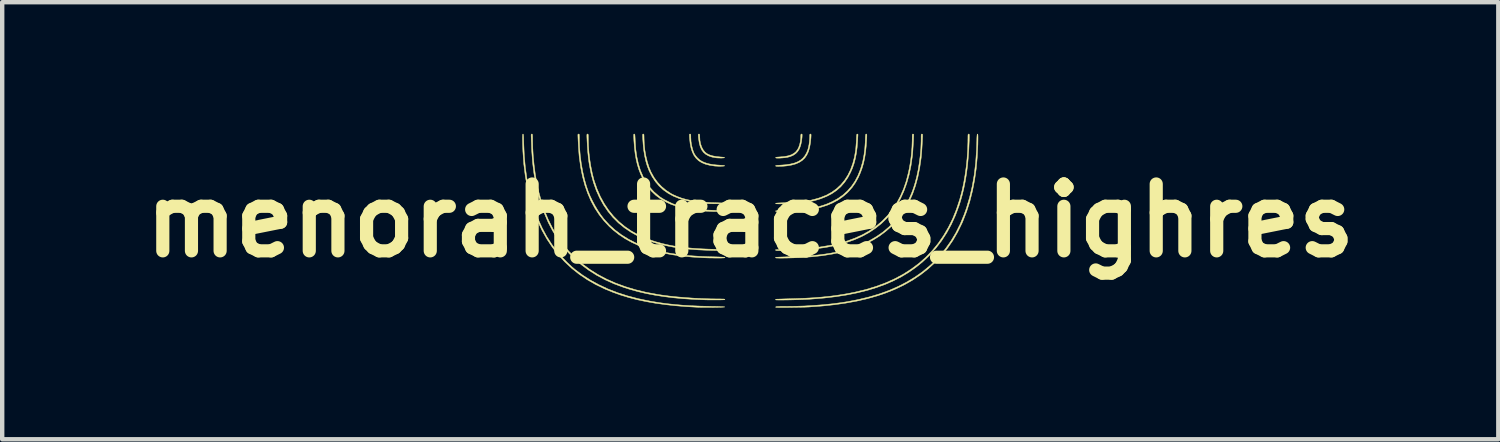
<source format=kicad_pcb>
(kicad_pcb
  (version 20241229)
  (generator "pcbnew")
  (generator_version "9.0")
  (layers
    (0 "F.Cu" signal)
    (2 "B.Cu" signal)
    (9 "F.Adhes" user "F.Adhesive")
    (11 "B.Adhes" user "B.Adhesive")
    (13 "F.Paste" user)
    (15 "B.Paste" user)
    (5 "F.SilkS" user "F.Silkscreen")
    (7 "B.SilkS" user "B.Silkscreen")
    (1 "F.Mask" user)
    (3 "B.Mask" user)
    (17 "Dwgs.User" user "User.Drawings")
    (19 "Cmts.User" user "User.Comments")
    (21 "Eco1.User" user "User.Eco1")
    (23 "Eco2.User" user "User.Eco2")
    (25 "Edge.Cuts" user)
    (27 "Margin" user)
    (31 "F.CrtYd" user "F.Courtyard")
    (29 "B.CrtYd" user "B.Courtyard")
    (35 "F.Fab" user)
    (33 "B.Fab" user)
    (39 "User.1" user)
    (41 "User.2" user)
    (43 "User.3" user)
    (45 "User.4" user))
  (footprint "menorah_traces_highres"
    (layer "F.Cu")
    (at 14.05 1.978)
    (property "Reference" "menorah_traces_highres" (at 0 0 0) (layer "F.SilkS") (effects (font (size 1.524 1.524) (thickness 0.3))))
    (attr through_hole)
    (fp_poly (pts (xy -1.16 -1.971) (xy -1.155 -1.964) (xy -1.152 -1.949) (xy -1.151 -1.921) (xy -1.151 -1.91) (xy -1.146 -1.825) (xy -1.13 -1.744) (xy -1.104 -1.671) (xy -1.07 -1.609) (xy -1.028 -1.559) (xy -1.024 -1.555) (xy -0.98 -1.522) (xy -0.925 -1.496) (xy -0.859 -1.476) (xy -0.781 -1.461) (xy -0.687 -1.451) (xy -0.675 -1.45) (xy -0.637 -1.447) (xy -0.607 -1.442) (xy -0.589 -1.438) (xy -0.584 -1.435) (xy -0.592 -1.431) (xy -0.613 -1.428) (xy -0.644 -1.426) (xy -0.682 -1.426) (xy -0.722 -1.427) (xy -0.761 -1.429) (xy -0.783 -1.432) (xy -0.872 -1.448) (xy -0.948 -1.474) (xy -1.012 -1.509) (xy -1.065 -1.554) (xy -1.107 -1.611) (xy -1.139 -1.681) (xy -1.162 -1.763) (xy -1.177 -1.86) (xy -1.181 -1.903) (xy -1.183 -1.937) (xy -1.183 -1.958) (xy -1.181 -1.968) (xy -1.175 -1.972) (xy -1.169 -1.973) (xy -1.16 -1.971)) (stroke (width 0.01) (type solid)) (fill yes) (layer "F.SilkS"))
    (fp_poly (pts (xy 1.177 -1.972) (xy 1.182 -1.966) (xy 1.183 -1.953) (xy 1.182 -1.929) (xy 1.181 -1.903) (xy 1.169 -1.801) (xy 1.149 -1.713) (xy 1.121 -1.638) (xy 1.083 -1.576) (xy 1.035 -1.526) (xy 0.976 -1.487) (xy 0.907 -1.458) (xy 0.851 -1.443) (xy 0.815 -1.437) (xy 0.774 -1.432) (xy 0.729 -1.428) (xy 0.685 -1.425) (xy 0.644 -1.424) (xy 0.611 -1.424) (xy 0.589 -1.426) (xy 0.581 -1.43) (xy 0.579 -1.436) (xy 0.582 -1.441) (xy 0.595 -1.444) (xy 0.618 -1.447) (xy 0.654 -1.45) (xy 0.686 -1.452) (xy 0.783 -1.461) (xy 0.866 -1.477) (xy 0.936 -1.5) (xy 0.993 -1.532) (xy 1.041 -1.571) (xy 1.078 -1.62) (xy 1.101 -1.662) (xy 1.124 -1.726) (xy 1.141 -1.799) (xy 1.15 -1.875) (xy 1.151 -1.909) (xy 1.152 -1.941) (xy 1.154 -1.961) (xy 1.158 -1.97) (xy 1.165 -1.973) (xy 1.169 -1.973) (xy 1.177 -1.972)) (stroke (width 0.01) (type solid)) (fill yes) (layer "F.SilkS"))
    (fp_poly (pts (xy 1.38 -1.972) (xy 1.384 -1.967) (xy 1.386 -1.955) (xy 1.386 -1.933) (xy 1.384 -1.898) (xy 1.384 -1.89) (xy 1.372 -1.77) (xy 1.353 -1.664) (xy 1.326 -1.573) (xy 1.289 -1.494) (xy 1.243 -1.427) (xy 1.186 -1.372) (xy 1.117 -1.327) (xy 1.037 -1.292) (xy 0.944 -1.266) (xy 0.838 -1.248) (xy 0.811 -1.245) (xy 0.767 -1.241) (xy 0.721 -1.238) (xy 0.676 -1.237) (xy 0.637 -1.236) (xy 0.605 -1.237) (xy 0.586 -1.24) (xy 0.581 -1.242) (xy 0.577 -1.248) (xy 0.58 -1.253) (xy 0.593 -1.257) (xy 0.617 -1.26) (xy 0.655 -1.262) (xy 0.692 -1.264) (xy 0.811 -1.273) (xy 0.915 -1.289) (xy 1.005 -1.311) (xy 1.082 -1.341) (xy 1.148 -1.379) (xy 1.203 -1.427) (xy 1.248 -1.483) (xy 1.286 -1.55) (xy 1.312 -1.616) (xy 1.326 -1.668) (xy 1.339 -1.731) (xy 1.348 -1.798) (xy 1.353 -1.864) (xy 1.355 -1.903) (xy 1.355 -1.937) (xy 1.357 -1.958) (xy 1.36 -1.969) (xy 1.366 -1.972) (xy 1.372 -1.973) (xy 1.38 -1.972)) (stroke (width 0.01) (type solid)) (fill yes) (layer "F.SilkS"))
    (fp_poly (pts (xy -1.364 -1.971) (xy -1.358 -1.965) (xy -1.356 -1.952) (xy -1.355 -1.926) (xy -1.355 -1.899) (xy -1.35 -1.804) (xy -1.335 -1.71) (xy -1.313 -1.621) (xy -1.283 -1.542) (xy -1.274 -1.523) (xy -1.242 -1.474) (xy -1.199 -1.425) (xy -1.15 -1.382) (xy -1.103 -1.352) (xy -1.049 -1.327) (xy -0.992 -1.307) (xy -0.929 -1.291) (xy -0.858 -1.278) (xy -0.775 -1.269) (xy -0.688 -1.263) (xy -0.648 -1.26) (xy -0.615 -1.257) (xy -0.592 -1.253) (xy -0.582 -1.249) (xy -0.582 -1.249) (xy -0.589 -1.245) (xy -0.609 -1.242) (xy -0.64 -1.24) (xy -0.678 -1.239) (xy -0.72 -1.239) (xy -0.763 -1.241) (xy -0.803 -1.243) (xy -0.821 -1.245) (xy -0.929 -1.262) (xy -1.024 -1.287) (xy -1.106 -1.321) (xy -1.177 -1.365) (xy -1.235 -1.42) (xy -1.283 -1.485) (xy -1.321 -1.563) (xy -1.35 -1.654) (xy -1.371 -1.758) (xy -1.383 -1.877) (xy -1.384 -1.89) (xy -1.386 -1.928) (xy -1.386 -1.952) (xy -1.385 -1.966) (xy -1.381 -1.971) (xy -1.373 -1.973) (xy -1.372 -1.973) (xy -1.364 -1.971)) (stroke (width 0.01) (type solid)) (fill yes) (layer "F.SilkS"))
    (fp_poly (pts (xy 2.453 -1.968) (xy 2.455 -1.962) (xy 2.455 -1.951) (xy 2.453 -1.925) (xy 2.451 -1.889) (xy 2.449 -1.845) (xy 2.447 -1.809) (xy 2.436 -1.665) (xy 2.419 -1.534) (xy 2.396 -1.415) (xy 2.367 -1.304) (xy 2.331 -1.199) (xy 2.289 -1.102) (xy 2.224 -0.979) (xy 2.149 -0.87) (xy 2.064 -0.773) (xy 1.968 -0.688) (xy 1.86 -0.614) (xy 1.739 -0.551) (xy 1.606 -0.498) (xy 1.544 -0.478) (xy 1.45 -0.452) (xy 1.353 -0.431) (xy 1.251 -0.414) (xy 1.14 -0.401) (xy 1.019 -0.392) (xy 0.885 -0.385) (xy 0.81 -0.383) (xy 0.739 -0.382) (xy 0.684 -0.381) (xy 0.642 -0.381) (xy 0.613 -0.382) (xy 0.593 -0.383) (xy 0.582 -0.385) (xy 0.577 -0.388) (xy 0.577 -0.39) (xy 0.582 -0.394) (xy 0.593 -0.397) (xy 0.613 -0.4) (xy 0.644 -0.402) (xy 0.687 -0.404) (xy 0.744 -0.406) (xy 0.788 -0.408) (xy 0.928 -0.413) (xy 1.054 -0.42) (xy 1.169 -0.431) (xy 1.274 -0.445) (xy 1.372 -0.463) (xy 1.465 -0.486) (xy 1.557 -0.512) (xy 1.61 -0.53) (xy 1.741 -0.583) (xy 1.861 -0.65) (xy 1.969 -0.728) (xy 2.066 -0.819) (xy 2.151 -0.922) (xy 2.225 -1.037) (xy 2.287 -1.165) (xy 2.337 -1.304) (xy 2.376 -1.455) (xy 2.403 -1.618) (xy 2.417 -1.793) (xy 2.419 -1.827) (xy 2.421 -1.88) (xy 2.423 -1.918) (xy 2.425 -1.944) (xy 2.428 -1.961) (xy 2.431 -1.969) (xy 2.436 -1.972) (xy 2.44 -1.973) (xy 2.453 -1.968)) (stroke (width 0.01) (type solid)) (fill yes) (layer "F.SilkS"))
    (fp_poly (pts (xy -2.638 -1.972) (xy -2.633 -1.967) (xy -2.63 -1.957) (xy -2.628 -1.938) (xy -2.626 -1.909) (xy -2.624 -1.868) (xy -2.622 -1.818) (xy -2.61 -1.632) (xy -2.585 -1.456) (xy -2.549 -1.293) (xy -2.502 -1.141) (xy -2.442 -1.002) (xy -2.371 -0.874) (xy -2.288 -0.758) (xy -2.194 -0.655) (xy -2.088 -0.564) (xy -2.059 -0.542) (xy -2.011 -0.51) (xy -1.952 -0.476) (xy -1.886 -0.442) (xy -1.819 -0.409) (xy -1.756 -0.381) (xy -1.701 -0.361) (xy -1.604 -0.331) (xy -1.502 -0.306) (xy -1.393 -0.285) (xy -1.275 -0.267) (xy -1.147 -0.253) (xy -1.007 -0.242) (xy -0.852 -0.235) (xy -0.776 -0.232) (xy -0.707 -0.23) (xy -0.653 -0.227) (xy -0.614 -0.225) (xy -0.59 -0.222) (xy -0.579 -0.219) (xy -0.578 -0.217) (xy -0.588 -0.213) (xy -0.612 -0.21) (xy -0.649 -0.208) (xy -0.696 -0.207) (xy -0.751 -0.206) (xy -0.812 -0.207) (xy -0.877 -0.208) (xy -0.943 -0.211) (xy -0.971 -0.212) (xy -1.165 -0.226) (xy -1.345 -0.249) (xy -1.511 -0.28) (xy -1.664 -0.321) (xy -1.805 -0.37) (xy -1.933 -0.43) (xy -2.049 -0.498) (xy -2.154 -0.577) (xy -2.248 -0.666) (xy -2.331 -0.766) (xy -2.405 -0.876) (xy -2.45 -0.957) (xy -2.499 -1.06) (xy -2.54 -1.166) (xy -2.574 -1.278) (xy -2.602 -1.397) (xy -2.624 -1.525) (xy -2.64 -1.665) (xy -2.652 -1.819) (xy -2.654 -1.865) (xy -2.656 -1.909) (xy -2.657 -1.939) (xy -2.656 -1.958) (xy -2.654 -1.968) (xy -2.649 -1.972) (xy -2.643 -1.973) (xy -2.638 -1.972)) (stroke (width 0.01) (type solid)) (fill yes) (layer "F.SilkS"))
    (fp_poly (pts (xy -2.431 -1.972) (xy -2.426 -1.967) (xy -2.423 -1.955) (xy -2.422 -1.933) (xy -2.421 -1.898) (xy -2.421 -1.881) (xy -2.416 -1.745) (xy -2.402 -1.607) (xy -2.378 -1.47) (xy -2.346 -1.339) (xy -2.307 -1.216) (xy -2.261 -1.106) (xy -2.257 -1.099) (xy -2.191 -0.981) (xy -2.111 -0.872) (xy -2.019 -0.774) (xy -1.916 -0.688) (xy -1.804 -0.615) (xy -1.762 -0.593) (xy -1.666 -0.55) (xy -1.563 -0.512) (xy -1.452 -0.481) (xy -1.331 -0.456) (xy -1.199 -0.436) (xy -1.054 -0.421) (xy -0.895 -0.411) (xy -0.788 -0.408) (xy -0.719 -0.405) (xy -0.665 -0.403) (xy -0.626 -0.401) (xy -0.599 -0.398) (xy -0.583 -0.395) (xy -0.578 -0.392) (xy -0.58 -0.388) (xy -0.591 -0.385) (xy -0.612 -0.384) (xy -0.644 -0.383) (xy -0.69 -0.382) (xy -0.752 -0.383) (xy -0.759 -0.383) (xy -0.817 -0.383) (xy -0.871 -0.384) (xy -0.92 -0.385) (xy -0.959 -0.386) (xy -0.986 -0.387) (xy -0.991 -0.387) (xy -1.017 -0.389) (xy -1.055 -0.392) (xy -1.1 -0.397) (xy -1.148 -0.402) (xy -1.156 -0.403) (xy -1.326 -0.427) (xy -1.483 -0.461) (xy -1.627 -0.506) (xy -1.758 -0.56) (xy -1.877 -0.626) (xy -1.984 -0.702) (xy -2.079 -0.79) (xy -2.163 -0.888) (xy -2.236 -0.999) (xy -2.299 -1.121) (xy -2.31 -1.146) (xy -2.349 -1.248) (xy -2.381 -1.356) (xy -2.407 -1.474) (xy -2.428 -1.602) (xy -2.442 -1.743) (xy -2.451 -1.873) (xy -2.453 -1.916) (xy -2.454 -1.944) (xy -2.453 -1.961) (xy -2.45 -1.969) (xy -2.444 -1.972) (xy -2.439 -1.973) (xy -2.431 -1.972)) (stroke (width 0.01) (type solid)) (fill yes) (layer "F.SilkS"))
    (fp_poly (pts (xy 2.65 -1.972) (xy 2.654 -1.967) (xy 2.656 -1.956) (xy 2.657 -1.936) (xy 2.656 -1.904) (xy 2.654 -1.865) (xy 2.644 -1.707) (xy 2.629 -1.563) (xy 2.609 -1.432) (xy 2.583 -1.31) (xy 2.55 -1.197) (xy 2.511 -1.09) (xy 2.465 -0.986) (xy 2.45 -0.957) (xy 2.391 -0.853) (xy 2.326 -0.76) (xy 2.251 -0.674) (xy 2.209 -0.63) (xy 2.109 -0.545) (xy 2 -0.469) (xy 1.88 -0.404) (xy 1.748 -0.348) (xy 1.604 -0.302) (xy 1.447 -0.266) (xy 1.276 -0.238) (xy 1.198 -0.229) (xy 1.148 -0.224) (xy 1.09 -0.22) (xy 1.027 -0.216) (xy 0.961 -0.212) (xy 0.893 -0.209) (xy 0.827 -0.207) (xy 0.765 -0.205) (xy 0.708 -0.204) (xy 0.659 -0.204) (xy 0.62 -0.204) (xy 0.593 -0.206) (xy 0.582 -0.209) (xy 0.581 -0.209) (xy 0.576 -0.22) (xy 0.576 -0.22) (xy 0.584 -0.222) (xy 0.606 -0.224) (xy 0.641 -0.227) (xy 0.686 -0.229) (xy 0.739 -0.231) (xy 0.777 -0.232) (xy 0.938 -0.238) (xy 1.085 -0.248) (xy 1.218 -0.26) (xy 1.34 -0.275) (xy 1.452 -0.295) (xy 1.555 -0.318) (xy 1.653 -0.346) (xy 1.746 -0.379) (xy 1.835 -0.417) (xy 1.875 -0.436) (xy 2.002 -0.506) (xy 2.116 -0.587) (xy 2.218 -0.68) (xy 2.309 -0.785) (xy 2.388 -0.901) (xy 2.456 -1.031) (xy 2.512 -1.172) (xy 2.558 -1.326) (xy 2.569 -1.374) (xy 2.593 -1.502) (xy 2.61 -1.635) (xy 2.62 -1.776) (xy 2.622 -1.822) (xy 2.624 -1.876) (xy 2.626 -1.916) (xy 2.628 -1.942) (xy 2.63 -1.959) (xy 2.634 -1.968) (xy 2.638 -1.972) (xy 2.643 -1.973) (xy 2.65 -1.972)) (stroke (width 0.01) (type solid)) (fill yes) (layer "F.SilkS"))
    (fp_poly (pts (xy -3.905 -1.972) (xy -3.9 -1.968) (xy -3.897 -1.957) (xy -3.896 -1.938) (xy -3.895 -1.908) (xy -3.895 -1.864) (xy -3.895 -1.852) (xy -3.89 -1.671) (xy -3.875 -1.487) (xy -3.851 -1.301) (xy -3.819 -1.119) (xy -3.779 -0.942) (xy -3.731 -0.776) (xy -3.695 -0.67) (xy -3.651 -0.563) (xy -3.598 -0.452) (xy -3.538 -0.34) (xy -3.474 -0.232) (xy -3.407 -0.132) (xy -3.34 -0.044) (xy -3.332 -0.035) (xy -3.212 0.097) (xy -3.078 0.217) (xy -2.931 0.327) (xy -2.773 0.425) (xy -2.602 0.513) (xy -2.419 0.588) (xy -2.335 0.618) (xy -2.21 0.657) (xy -2.081 0.692) (xy -1.946 0.722) (xy -1.805 0.748) (xy -1.656 0.77) (xy -1.497 0.788) (xy -1.326 0.803) (xy -1.143 0.815) (xy -0.945 0.823) (xy -0.819 0.826) (xy -0.746 0.828) (xy -0.689 0.83) (xy -0.645 0.832) (xy -0.613 0.834) (xy -0.592 0.837) (xy -0.58 0.84) (xy -0.576 0.843) (xy -0.576 0.844) (xy -0.584 0.848) (xy -0.608 0.851) (xy -0.646 0.853) (xy -0.696 0.854) (xy -0.758 0.854) (xy -0.831 0.853) (xy -0.911 0.852) (xy -0.999 0.849) (xy -1.075 0.846) (xy -1.327 0.831) (xy -1.564 0.808) (xy -1.788 0.777) (xy -1.998 0.737) (xy -2.195 0.689) (xy -2.379 0.632) (xy -2.551 0.566) (xy -2.712 0.491) (xy -2.862 0.407) (xy -3.001 0.314) (xy -3.131 0.21) (xy -3.212 0.136) (xy -3.334 0.006) (xy -3.444 -0.134) (xy -3.543 -0.284) (xy -3.63 -0.446) (xy -3.705 -0.62) (xy -3.77 -0.805) (xy -3.823 -1.002) (xy -3.865 -1.212) (xy -3.895 -1.427) (xy -3.9 -1.473) (xy -3.905 -1.532) (xy -3.91 -1.6) (xy -3.915 -1.673) (xy -3.919 -1.747) (xy -3.923 -1.819) (xy -3.926 -1.883) (xy -3.928 -1.937) (xy -3.928 -1.962) (xy -3.921 -1.971) (xy -3.912 -1.973) (xy -3.905 -1.972)) (stroke (width 0.01) (type solid)) (fill yes) (layer "F.SilkS"))
    (fp_poly (pts (xy -3.702 -1.972) (xy -3.697 -1.968) (xy -3.694 -1.958) (xy -3.692 -1.939) (xy -3.692 -1.909) (xy -3.691 -1.865) (xy -3.691 -1.855) (xy -3.687 -1.706) (xy -3.676 -1.549) (xy -3.657 -1.389) (xy -3.632 -1.232) (xy -3.601 -1.08) (xy -3.566 -0.94) (xy -3.556 -0.908) (xy -3.492 -0.723) (xy -3.417 -0.55) (xy -3.329 -0.39) (xy -3.23 -0.241) (xy -3.119 -0.104) (xy -2.996 0.021) (xy -2.86 0.134) (xy -2.713 0.235) (xy -2.553 0.324) (xy -2.381 0.402) (xy -2.257 0.448) (xy -2.134 0.488) (xy -2.009 0.522) (xy -1.881 0.552) (xy -1.747 0.578) (xy -1.606 0.6) (xy -1.456 0.617) (xy -1.295 0.632) (xy -1.122 0.643) (xy -0.934 0.651) (xy -0.879 0.652) (xy -0.809 0.654) (xy -0.746 0.656) (xy -0.689 0.658) (xy -0.642 0.66) (xy -0.607 0.662) (xy -0.585 0.663) (xy -0.578 0.664) (xy -0.578 0.673) (xy -0.58 0.677) (xy -0.585 0.68) (xy -0.596 0.682) (xy -0.615 0.683) (xy -0.643 0.684) (xy -0.682 0.684) (xy -0.733 0.683) (xy -0.796 0.682) (xy -0.874 0.68) (xy -0.967 0.677) (xy -0.969 0.677) (xy -1.188 0.667) (xy -1.392 0.651) (xy -1.582 0.63) (xy -1.761 0.603) (xy -1.929 0.57) (xy -2.088 0.531) (xy -2.239 0.485) (xy -2.384 0.432) (xy -2.385 0.431) (xy -2.558 0.354) (xy -2.719 0.265) (xy -2.868 0.165) (xy -3.005 0.053) (xy -3.13 -0.071) (xy -3.242 -0.207) (xy -3.343 -0.354) (xy -3.432 -0.514) (xy -3.509 -0.685) (xy -3.574 -0.868) (xy -3.627 -1.064) (xy -3.668 -1.271) (xy -3.679 -1.342) (xy -3.692 -1.45) (xy -3.704 -1.57) (xy -3.713 -1.704) (xy -3.721 -1.854) (xy -3.721 -1.856) (xy -3.723 -1.903) (xy -3.724 -1.935) (xy -3.723 -1.955) (xy -3.721 -1.967) (xy -3.717 -1.971) (xy -3.711 -1.973) (xy -3.709 -1.973) (xy -3.702 -1.972)) (stroke (width 0.01) (type solid)) (fill yes) (layer "F.SilkS"))
    (fp_poly (pts (xy 3.722 -1.968) (xy 3.725 -1.962) (xy 3.724 -1.927) (xy 3.722 -1.878) (xy 3.72 -1.819) (xy 3.716 -1.755) (xy 3.712 -1.689) (xy 3.708 -1.624) (xy 3.704 -1.565) (xy 3.7 -1.514) (xy 3.696 -1.476) (xy 3.695 -1.469) (xy 3.664 -1.25) (xy 3.621 -1.043) (xy 3.566 -0.849) (xy 3.5 -0.667) (xy 3.423 -0.497) (xy 3.333 -0.339) (xy 3.232 -0.193) (xy 3.119 -0.059) (xy 2.994 0.063) (xy 2.856 0.174) (xy 2.707 0.273) (xy 2.545 0.361) (xy 2.37 0.438) (xy 2.183 0.503) (xy 1.994 0.555) (xy 1.878 0.581) (xy 1.761 0.604) (xy 1.64 0.623) (xy 1.514 0.639) (xy 1.38 0.652) (xy 1.236 0.663) (xy 1.078 0.672) (xy 0.934 0.677) (xy 0.848 0.68) (xy 0.777 0.682) (xy 0.72 0.684) (xy 0.675 0.685) (xy 0.641 0.685) (xy 0.616 0.685) (xy 0.599 0.684) (xy 0.589 0.682) (xy 0.582 0.68) (xy 0.58 0.677) (xy 0.577 0.666) (xy 0.578 0.664) (xy 0.586 0.663) (xy 0.61 0.662) (xy 0.647 0.66) (xy 0.696 0.658) (xy 0.753 0.656) (xy 0.817 0.654) (xy 0.879 0.652) (xy 1.022 0.647) (xy 1.151 0.641) (xy 1.269 0.634) (xy 1.378 0.626) (xy 1.48 0.615) (xy 1.578 0.603) (xy 1.6 0.6) (xy 1.818 0.564) (xy 2.023 0.518) (xy 2.214 0.463) (xy 2.392 0.397) (xy 2.557 0.322) (xy 2.71 0.236) (xy 2.851 0.14) (xy 2.981 0.033) (xy 3.018 -0.001) (xy 3.137 -0.125) (xy 3.244 -0.259) (xy 3.339 -0.404) (xy 3.423 -0.56) (xy 3.495 -0.727) (xy 3.556 -0.906) (xy 3.605 -1.098) (xy 3.623 -1.181) (xy 3.651 -1.341) (xy 3.672 -1.505) (xy 3.685 -1.668) (xy 3.691 -1.823) (xy 3.691 -1.855) (xy 3.692 -1.902) (xy 3.692 -1.934) (xy 3.694 -1.955) (xy 3.697 -1.966) (xy 3.701 -1.972) (xy 3.707 -1.973) (xy 3.708 -1.973) (xy 3.722 -1.968)) (stroke (width 0.01) (type solid)) (fill yes) (layer "F.SilkS"))
    (fp_poly (pts (xy 3.926 -1.967) (xy 3.928 -1.958) (xy 3.928 -1.917) (xy 3.925 -1.862) (xy 3.922 -1.798) (xy 3.918 -1.728) (xy 3.914 -1.656) (xy 3.909 -1.586) (xy 3.904 -1.521) (xy 3.899 -1.465) (xy 3.895 -1.427) (xy 3.863 -1.204) (xy 3.821 -0.994) (xy 3.767 -0.796) (xy 3.702 -0.61) (xy 3.625 -0.437) (xy 3.537 -0.275) (xy 3.438 -0.124) (xy 3.326 0.016) (xy 3.212 0.136) (xy 3.084 0.249) (xy 2.946 0.352) (xy 2.797 0.445) (xy 2.637 0.528) (xy 2.465 0.601) (xy 2.282 0.664) (xy 2.085 0.718) (xy 1.876 0.762) (xy 1.653 0.798) (xy 1.416 0.824) (xy 1.355 0.829) (xy 1.293 0.834) (xy 1.225 0.838) (xy 1.151 0.842) (xy 1.076 0.845) (xy 0.999 0.848) (xy 0.923 0.851) (xy 0.85 0.853) (xy 0.782 0.854) (xy 0.721 0.855) (xy 0.668 0.855) (xy 0.626 0.854) (xy 0.597 0.853) (xy 0.582 0.85) (xy 0.581 0.849) (xy 0.576 0.839) (xy 0.576 0.838) (xy 0.584 0.836) (xy 0.607 0.835) (xy 0.642 0.833) (xy 0.689 0.831) (xy 0.743 0.829) (xy 0.804 0.827) (xy 0.819 0.826) (xy 0.998 0.821) (xy 1.161 0.814) (xy 1.313 0.805) (xy 1.453 0.793) (xy 1.585 0.779) (xy 1.71 0.762) (xy 1.831 0.743) (xy 1.939 0.722) (xy 2.152 0.673) (xy 2.351 0.613) (xy 2.538 0.541) (xy 2.712 0.459) (xy 2.874 0.365) (xy 3.024 0.261) (xy 3.161 0.145) (xy 3.286 0.017) (xy 3.399 -0.122) (xy 3.5 -0.273) (xy 3.59 -0.435) (xy 3.599 -0.453) (xy 3.639 -0.538) (xy 3.673 -0.615) (xy 3.702 -0.691) (xy 3.729 -0.771) (xy 3.757 -0.861) (xy 3.759 -0.868) (xy 3.795 -1.007) (xy 3.827 -1.159) (xy 3.853 -1.319) (xy 3.874 -1.481) (xy 3.888 -1.643) (xy 3.894 -1.799) (xy 3.895 -1.852) (xy 3.895 -1.899) (xy 3.895 -1.932) (xy 3.897 -1.954) (xy 3.899 -1.966) (xy 3.904 -1.971) (xy 3.91 -1.973) (xy 3.912 -1.973) (xy 3.926 -1.967)) (stroke (width 0.01) (type solid)) (fill yes) (layer "F.SilkS"))
    (fp_poly (pts (xy -5.176 -1.971) (xy -5.173 -1.963) (xy -5.17 -1.949) (xy -5.168 -1.925) (xy -5.166 -1.891) (xy -5.165 -1.844) (xy -5.163 -1.783) (xy -5.162 -1.75) (xy -5.15 -1.477) (xy -5.126 -1.211) (xy -5.09 -0.956) (xy -5.043 -0.709) (xy -4.985 -0.474) (xy -4.915 -0.249) (xy -4.835 -0.035) (xy -4.743 0.167) (xy -4.641 0.357) (xy -4.528 0.534) (xy -4.524 0.54) (xy -4.446 0.646) (xy -4.358 0.754) (xy -4.263 0.859) (xy -4.166 0.959) (xy -4.069 1.05) (xy -3.991 1.116) (xy -3.82 1.243) (xy -3.638 1.359) (xy -3.445 1.464) (xy -3.241 1.559) (xy -3.024 1.643) (xy -2.796 1.716) (xy -2.554 1.779) (xy -2.299 1.832) (xy -2.226 1.845) (xy -2.058 1.872) (xy -1.888 1.895) (xy -1.713 1.913) (xy -1.532 1.929) (xy -1.342 1.94) (xy -1.14 1.949) (xy -0.923 1.954) (xy -0.902 1.955) (xy -0.812 1.956) (xy -0.737 1.958) (xy -0.675 1.96) (xy -0.628 1.963) (xy -0.597 1.965) (xy -0.581 1.967) (xy -0.58 1.968) (xy -0.588 1.97) (xy -0.611 1.972) (xy -0.646 1.974) (xy -0.692 1.975) (xy -0.745 1.976) (xy -0.804 1.977) (xy -0.867 1.978) (xy -0.931 1.978) (xy -0.993 1.978) (xy -1.053 1.978) (xy -1.107 1.978) (xy -1.154 1.977) (xy -1.185 1.976) (xy -1.45 1.961) (xy -1.7 1.941) (xy -1.936 1.915) (xy -2.159 1.884) (xy -2.37 1.847) (xy -2.571 1.805) (xy -2.763 1.755) (xy -2.946 1.7) (xy -3.123 1.637) (xy -3.293 1.568) (xy -3.316 1.558) (xy -3.523 1.458) (xy -3.718 1.346) (xy -3.901 1.222) (xy -4.072 1.086) (xy -4.23 0.938) (xy -4.377 0.779) (xy -4.511 0.608) (xy -4.633 0.425) (xy -4.743 0.23) (xy -4.841 0.024) (xy -4.926 -0.193) (xy -4.948 -0.257) (xy -5.022 -0.502) (xy -5.082 -0.756) (xy -5.128 -1.019) (xy -5.162 -1.292) (xy -5.182 -1.575) (xy -5.188 -1.738) (xy -5.189 -1.808) (xy -5.19 -1.862) (xy -5.19 -1.904) (xy -5.189 -1.934) (xy -5.188 -1.954) (xy -5.186 -1.966) (xy -5.183 -1.971) (xy -5.18 -1.973) (xy -5.176 -1.971)) (stroke (width 0.01) (type solid)) (fill yes) (layer "F.SilkS"))
    (fp_poly (pts (xy 4.985 -1.972) (xy 4.989 -1.968) (xy 4.992 -1.959) (xy 4.993 -1.943) (xy 4.993 -1.916) (xy 4.992 -1.876) (xy 4.991 -1.835) (xy 4.982 -1.623) (xy 4.968 -1.425) (xy 4.951 -1.239) (xy 4.928 -1.064) (xy 4.901 -0.898) (xy 4.869 -0.737) (xy 4.831 -0.582) (xy 4.787 -0.428) (xy 4.757 -0.334) (xy 4.677 -0.12) (xy 4.585 0.084) (xy 4.481 0.275) (xy 4.364 0.456) (xy 4.235 0.625) (xy 4.093 0.784) (xy 4.056 0.821) (xy 3.917 0.951) (xy 3.768 1.07) (xy 3.611 1.18) (xy 3.443 1.281) (xy 3.265 1.372) (xy 3.076 1.454) (xy 2.875 1.527) (xy 2.663 1.592) (xy 2.438 1.647) (xy 2.201 1.695) (xy 1.95 1.734) (xy 1.685 1.765) (xy 1.405 1.788) (xy 1.302 1.795) (xy 1.249 1.797) (xy 1.189 1.8) (xy 1.123 1.802) (xy 1.053 1.804) (xy 0.981 1.806) (xy 0.909 1.808) (xy 0.84 1.809) (xy 0.774 1.81) (xy 0.715 1.81) (xy 0.665 1.81) (xy 0.624 1.81) (xy 0.596 1.809) (xy 0.583 1.808) (xy 0.582 1.807) (xy 0.576 1.796) (xy 0.576 1.795) (xy 0.584 1.793) (xy 0.607 1.791) (xy 0.643 1.79) (xy 0.69 1.788) (xy 0.745 1.786) (xy 0.808 1.784) (xy 0.845 1.783) (xy 1.056 1.777) (xy 1.253 1.769) (xy 1.437 1.759) (xy 1.61 1.745) (xy 1.774 1.729) (xy 1.931 1.71) (xy 2.084 1.687) (xy 2.233 1.661) (xy 2.381 1.632) (xy 2.393 1.629) (xy 2.638 1.57) (xy 2.87 1.499) (xy 3.09 1.417) (xy 3.298 1.323) (xy 3.493 1.218) (xy 3.675 1.101) (xy 3.846 0.973) (xy 4.004 0.833) (xy 4.15 0.681) (xy 4.284 0.517) (xy 4.405 0.342) (xy 4.515 0.155) (xy 4.613 -0.044) (xy 4.698 -0.255) (xy 4.772 -0.477) (xy 4.826 -0.677) (xy 4.863 -0.85) (xy 4.895 -1.035) (xy 4.922 -1.226) (xy 4.942 -1.419) (xy 4.955 -1.61) (xy 4.961 -1.794) (xy 4.961 -1.835) (xy 4.962 -1.886) (xy 4.962 -1.923) (xy 4.963 -1.947) (xy 4.965 -1.962) (xy 4.969 -1.97) (xy 4.974 -1.972) (xy 4.978 -1.973) (xy 4.985 -1.972)) (stroke (width 0.01) (type solid)) (fill yes) (layer "F.SilkS"))
    (fp_poly (pts (xy -4.972 -1.972) (xy -4.968 -1.968) (xy -4.965 -1.959) (xy -4.963 -1.942) (xy -4.962 -1.914) (xy -4.961 -1.874) (xy -4.961 -1.835) (xy -4.957 -1.654) (xy -4.946 -1.465) (xy -4.927 -1.272) (xy -4.902 -1.079) (xy -4.871 -0.893) (xy -4.835 -0.717) (xy -4.826 -0.677) (xy -4.762 -0.445) (xy -4.687 -0.225) (xy -4.601 -0.017) (xy -4.502 0.179) (xy -4.392 0.364) (xy -4.269 0.537) (xy -4.135 0.698) (xy -3.988 0.847) (xy -3.829 0.985) (xy -3.658 1.112) (xy -3.475 1.227) (xy -3.279 1.331) (xy -3.07 1.424) (xy -2.849 1.505) (xy -2.615 1.576) (xy -2.369 1.635) (xy -2.109 1.683) (xy -2.019 1.697) (xy -1.853 1.719) (xy -1.674 1.738) (xy -1.485 1.754) (xy -1.289 1.768) (xy -1.091 1.777) (xy -0.894 1.784) (xy -0.702 1.786) (xy -0.683 1.786) (xy -0.636 1.787) (xy -0.605 1.788) (xy -0.586 1.791) (xy -0.578 1.794) (xy -0.578 1.797) (xy -0.583 1.801) (xy -0.598 1.804) (xy -0.624 1.806) (xy -0.662 1.807) (xy -0.714 1.808) (xy -0.767 1.808) (xy -0.827 1.808) (xy -0.886 1.808) (xy -0.94 1.808) (xy -0.986 1.807) (xy -1.02 1.806) (xy -1.024 1.806) (xy -1.281 1.796) (xy -1.523 1.78) (xy -1.752 1.759) (xy -1.968 1.732) (xy -2.173 1.7) (xy -2.369 1.663) (xy -2.557 1.619) (xy -2.739 1.569) (xy -2.881 1.524) (xy -3.1 1.443) (xy -3.305 1.351) (xy -3.498 1.248) (xy -3.678 1.134) (xy -3.847 1.009) (xy -4.003 0.872) (xy -4.047 0.83) (xy -4.096 0.781) (xy -4.135 0.742) (xy -4.167 0.707) (xy -4.196 0.675) (xy -4.224 0.642) (xy -4.254 0.605) (xy -4.281 0.572) (xy -4.399 0.407) (xy -4.507 0.229) (xy -4.605 0.04) (xy -4.692 -0.162) (xy -4.769 -0.374) (xy -4.834 -0.597) (xy -4.888 -0.83) (xy -4.93 -1.071) (xy -4.961 -1.321) (xy -4.98 -1.579) (xy -4.983 -1.638) (xy -4.985 -1.695) (xy -4.987 -1.757) (xy -4.99 -1.819) (xy -4.991 -1.865) (xy -4.993 -1.909) (xy -4.994 -1.939) (xy -4.993 -1.958) (xy -4.99 -1.968) (xy -4.986 -1.972) (xy -4.979 -1.973) (xy -4.972 -1.972)) (stroke (width 0.01) (type solid)) (fill yes) (layer "F.SilkS"))
    (fp_poly (pts (xy 5.184 -1.971) (xy 5.186 -1.965) (xy 5.188 -1.952) (xy 5.19 -1.931) (xy 5.19 -1.9) (xy 5.19 -1.857) (xy 5.189 -1.801) (xy 5.188 -1.738) (xy 5.175 -1.459) (xy 5.151 -1.189) (xy 5.114 -0.928) (xy 5.065 -0.676) (xy 5.004 -0.435) (xy 4.931 -0.205) (xy 4.846 0.014) (xy 4.828 0.056) (xy 4.729 0.259) (xy 4.618 0.452) (xy 4.494 0.632) (xy 4.357 0.801) (xy 4.209 0.959) (xy 4.048 1.105) (xy 3.875 1.24) (xy 3.69 1.363) (xy 3.492 1.474) (xy 3.283 1.573) (xy 3.062 1.66) (xy 2.887 1.718) (xy 2.664 1.781) (xy 2.428 1.835) (xy 2.181 1.88) (xy 1.925 1.917) (xy 1.662 1.945) (xy 1.52 1.956) (xy 1.47 1.959) (xy 1.424 1.962) (xy 1.384 1.965) (xy 1.355 1.968) (xy 1.346 1.969) (xy 1.325 1.97) (xy 1.291 1.971) (xy 1.245 1.973) (xy 1.191 1.974) (xy 1.129 1.975) (xy 1.063 1.976) (xy 0.993 1.977) (xy 0.923 1.978) (xy 0.854 1.979) (xy 0.789 1.979) (xy 0.729 1.979) (xy 0.677 1.979) (xy 0.634 1.979) (xy 0.603 1.978) (xy 0.585 1.977) (xy 0.582 1.977) (xy 0.579 1.971) (xy 0.582 1.966) (xy 0.594 1.962) (xy 0.615 1.959) (xy 0.648 1.958) (xy 0.694 1.956) (xy 0.754 1.956) (xy 0.807 1.956) (xy 1.022 1.953) (xy 1.239 1.946) (xy 1.455 1.933) (xy 1.667 1.917) (xy 1.871 1.896) (xy 2.064 1.871) (xy 2.206 1.849) (xy 2.466 1.799) (xy 2.714 1.739) (xy 2.948 1.669) (xy 3.169 1.589) (xy 3.377 1.498) (xy 3.574 1.396) (xy 3.758 1.284) (xy 3.931 1.162) (xy 4.092 1.028) (xy 4.173 0.953) (xy 4.319 0.8) (xy 4.453 0.636) (xy 4.576 0.462) (xy 4.686 0.277) (xy 4.785 0.079) (xy 4.872 -0.131) (xy 4.929 -0.29) (xy 5 -0.531) (xy 5.059 -0.783) (xy 5.105 -1.046) (xy 5.137 -1.319) (xy 5.157 -1.604) (xy 5.162 -1.75) (xy 5.164 -1.819) (xy 5.165 -1.872) (xy 5.167 -1.911) (xy 5.169 -1.939) (xy 5.172 -1.958) (xy 5.174 -1.968) (xy 5.178 -1.972) (xy 5.18 -1.973) (xy 5.184 -1.971)) (stroke (width 0.01) (type solid)) (fill yes) (layer "F.SilkS")))
  (gr_rect
    (start -3 -3)
    (end 31.1 6.962)
    (stroke (width 0.1) (type default))
    (fill no)
    (layer "Edge.Cuts")))
</source>
